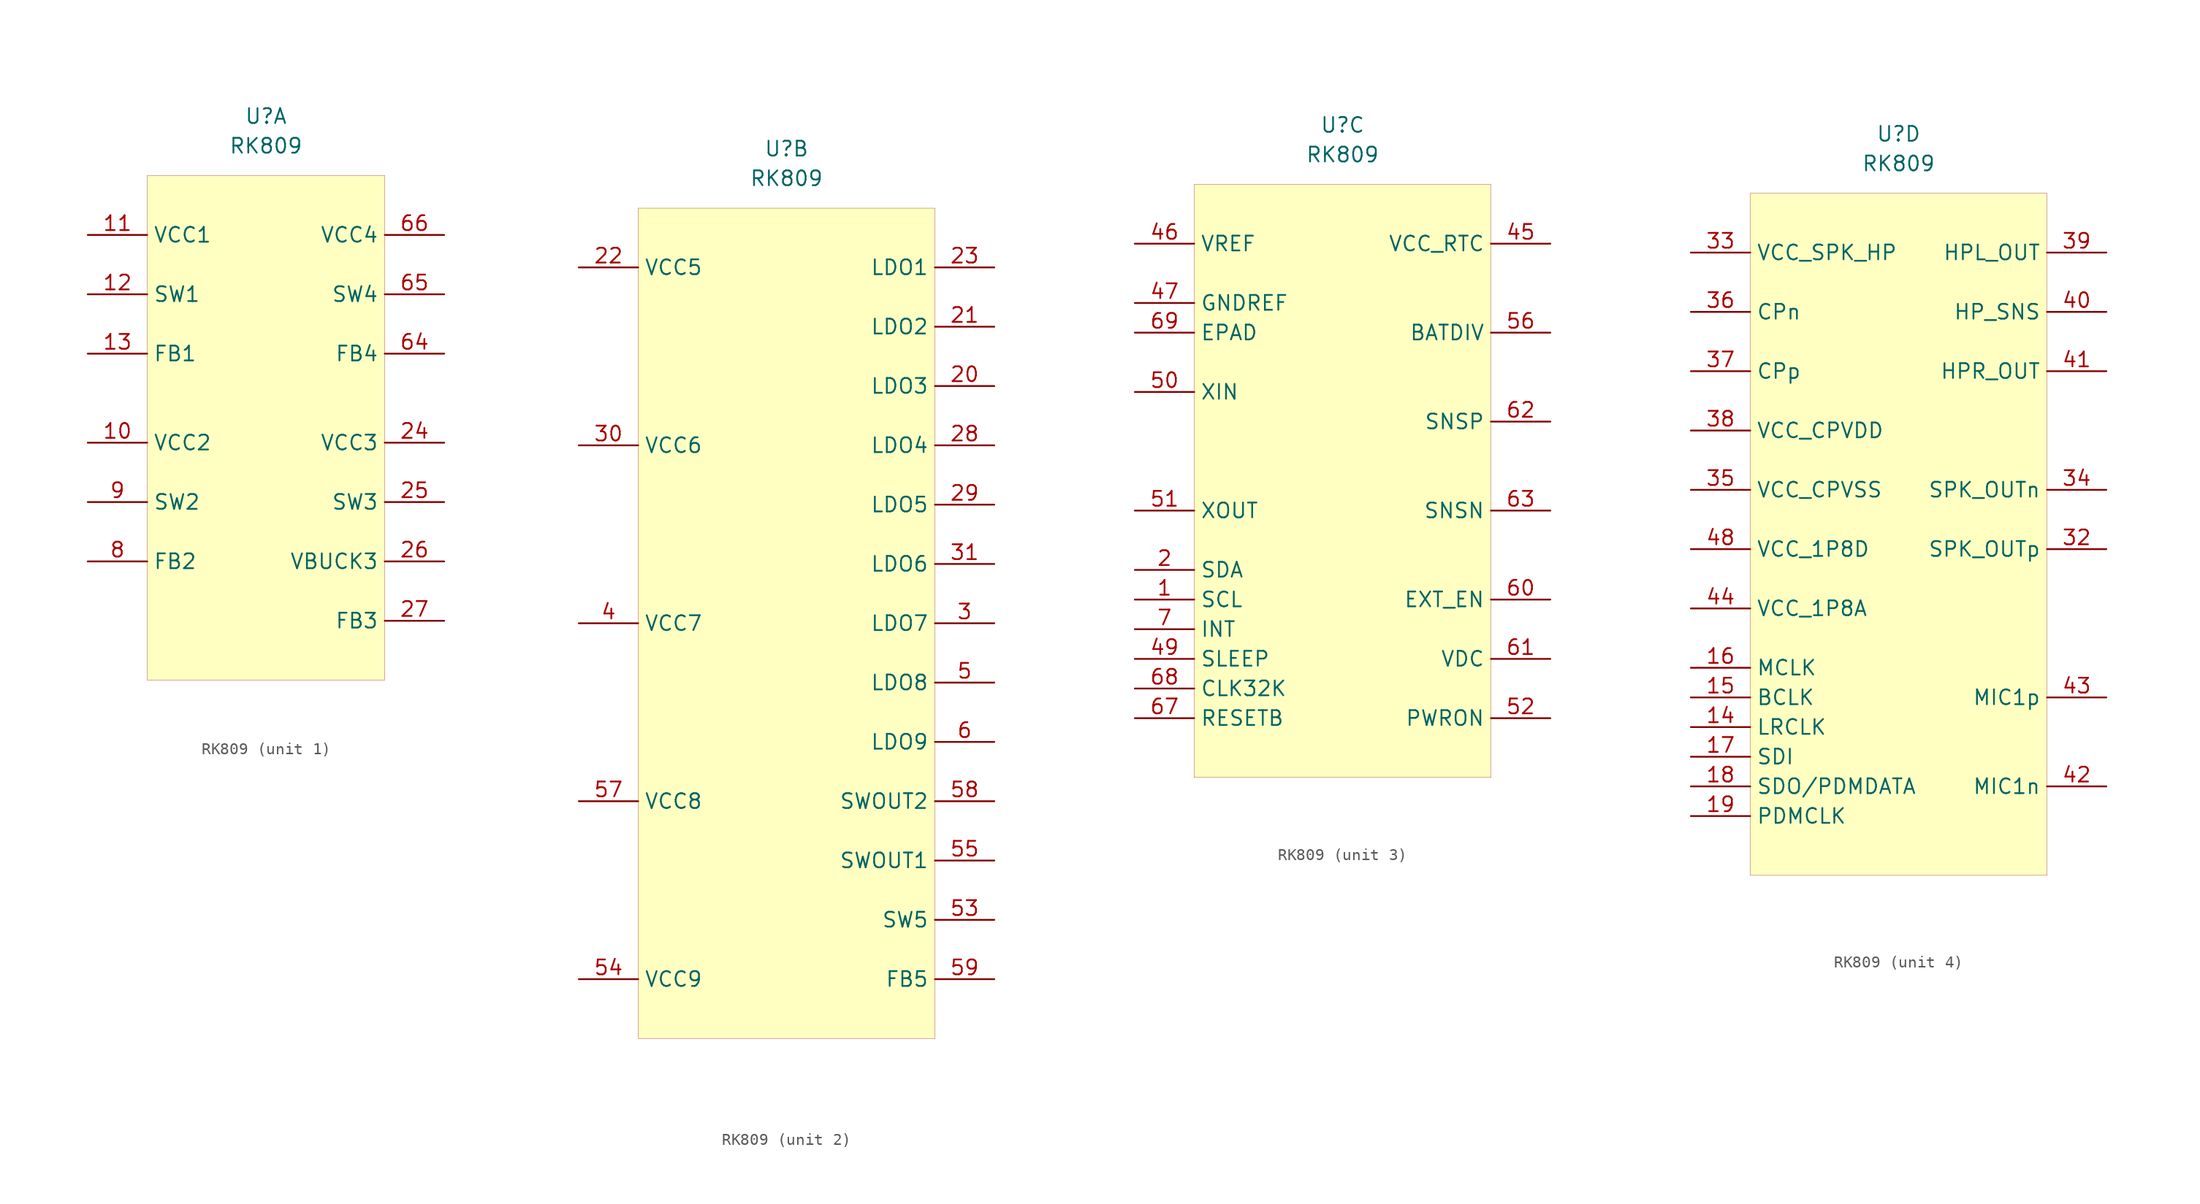
<source format=kicad_sym>
(kicad_symbol_lib
  (version 20211014)
  (generator kicad_symbol_editor)
  (symbol "RK809"
    (property "Reference" "U"
      (at 0 0 0)
      (effects (font (size 1.27 1.27))))
    (property "Value" "RK809"
      (at 0 -2.54 0)
      (effects (font (size 1.27 1.27))))
    (property "ki_locked" ""
      (at 0 0 0)
      (effects (font (size 1.27 1.27))))
    (symbol "RK809_1_1"
      (rectangle (start -10.16 -5.08) (end 10.16 -48.26) (stroke (width 0.001) (type default) (color 0 0 0 0)) (fill (type background)))
      (pin input line (at -15.24 -27.94 0) (length 5.08) (name "VCC2" (effects (font (size 1.27 1.27)))) (number "10" (effects (font (size 1.27 1.27)))))
      (pin input line (at -15.24 -10.16 0) (length 5.08) (name "VCC1" (effects (font (size 1.27 1.27)))) (number "11" (effects (font (size 1.27 1.27)))))
      (pin input line (at -15.24 -15.24 0) (length 5.08) (name "SW1" (effects (font (size 1.27 1.27)))) (number "12" (effects (font (size 1.27 1.27)))))
      (pin input line (at -15.24 -20.32 0) (length 5.08) (name "FB1" (effects (font (size 1.27 1.27)))) (number "13" (effects (font (size 1.27 1.27)))))
      (pin input line (at 15.24 -27.94 180) (length 5.08) (name "VCC3" (effects (font (size 1.27 1.27)))) (number "24" (effects (font (size 1.27 1.27)))))
      (pin input line (at 15.24 -33.02 180) (length 5.08) (name "SW3" (effects (font (size 1.27 1.27)))) (number "25" (effects (font (size 1.27 1.27)))))
      (pin input line (at 15.24 -38.1 180) (length 5.08) (name "VBUCK3" (effects (font (size 1.27 1.27)))) (number "26" (effects (font (size 1.27 1.27)))))
      (pin input line (at 15.24 -43.18 180) (length 5.08) (name "FB3" (effects (font (size 1.27 1.27)))) (number "27" (effects (font (size 1.27 1.27)))))
      (pin input line (at 15.24 -20.32 180) (length 5.08) (name "FB4" (effects (font (size 1.27 1.27)))) (number "64" (effects (font (size 1.27 1.27)))))
      (pin input line (at 15.24 -15.24 180) (length 5.08) (name "SW4" (effects (font (size 1.27 1.27)))) (number "65" (effects (font (size 1.27 1.27)))))
      (pin input line (at 15.24 -10.16 180) (length 5.08) (name "VCC4" (effects (font (size 1.27 1.27)))) (number "66" (effects (font (size 1.27 1.27)))))
      (pin input line (at -15.24 -38.1 0) (length 5.08) (name "FB2" (effects (font (size 1.27 1.27)))) (number "8" (effects (font (size 1.27 1.27)))))
      (pin input line (at -15.24 -33.02 0) (length 5.08) (name "SW2" (effects (font (size 1.27 1.27)))) (number "9" (effects (font (size 1.27 1.27))))))
    (symbol "RK809_2_0"
      (rectangle (start -12.7 -5.08) (end 12.7 -76.2) (stroke (width 0.001) (type default) (color 0 0 0 0)) (fill (type background))))
    (symbol "RK809_2_1"
      (pin input line (at 17.78 -20.32 180) (length 5.08) (name "LDO3" (effects (font (size 1.27 1.27)))) (number "20" (effects (font (size 1.27 1.27)))))
      (pin input line (at 17.78 -15.24 180) (length 5.08) (name "LDO2" (effects (font (size 1.27 1.27)))) (number "21" (effects (font (size 1.27 1.27)))))
      (pin input line (at -17.78 -10.16 0) (length 5.08) (name "VCC5" (effects (font (size 1.27 1.27)))) (number "22" (effects (font (size 1.27 1.27)))))
      (pin input line (at 17.78 -10.16 180) (length 5.08) (name "LDO1" (effects (font (size 1.27 1.27)))) (number "23" (effects (font (size 1.27 1.27)))))
      (pin input line (at 17.78 -25.4 180) (length 5.08) (name "LDO4" (effects (font (size 1.27 1.27)))) (number "28" (effects (font (size 1.27 1.27)))))
      (pin input line (at 17.78 -30.48 180) (length 5.08) (name "LDO5" (effects (font (size 1.27 1.27)))) (number "29" (effects (font (size 1.27 1.27)))))
      (pin input line (at 17.78 -40.64 180) (length 5.08) (name "LDO7" (effects (font (size 1.27 1.27)))) (number "3" (effects (font (size 1.27 1.27)))))
      (pin input line (at -17.78 -25.4 0) (length 5.08) (name "VCC6" (effects (font (size 1.27 1.27)))) (number "30" (effects (font (size 1.27 1.27)))))
      (pin input line (at 17.78 -35.56 180) (length 5.08) (name "LDO6" (effects (font (size 1.27 1.27)))) (number "31" (effects (font (size 1.27 1.27)))))
      (pin input line (at -17.78 -40.64 0) (length 5.08) (name "VCC7" (effects (font (size 1.27 1.27)))) (number "4" (effects (font (size 1.27 1.27)))))
      (pin input line (at 17.78 -45.72 180) (length 5.08) (name "LDO8" (effects (font (size 1.27 1.27)))) (number "5" (effects (font (size 1.27 1.27)))))
      (pin input line (at 17.78 -66.04 180) (length 5.08) (name "SW5" (effects (font (size 1.27 1.27)))) (number "53" (effects (font (size 1.27 1.27)))))
      (pin input line (at -17.78 -71.12 0) (length 5.08) (name "VCC9" (effects (font (size 1.27 1.27)))) (number "54" (effects (font (size 1.27 1.27)))))
      (pin input line (at 17.78 -60.96 180) (length 5.08) (name "SWOUT1" (effects (font (size 1.27 1.27)))) (number "55" (effects (font (size 1.27 1.27)))))
      (pin input line (at -17.78 -55.88 0) (length 5.08) (name "VCC8" (effects (font (size 1.27 1.27)))) (number "57" (effects (font (size 1.27 1.27)))))
      (pin input line (at 17.78 -55.88 180) (length 5.08) (name "SWOUT2" (effects (font (size 1.27 1.27)))) (number "58" (effects (font (size 1.27 1.27)))))
      (pin input line (at 17.78 -71.12 180) (length 5.08) (name "FB5" (effects (font (size 1.27 1.27)))) (number "59" (effects (font (size 1.27 1.27)))))
      (pin input line (at 17.78 -50.8 180) (length 5.08) (name "LDO9" (effects (font (size 1.27 1.27)))) (number "6" (effects (font (size 1.27 1.27))))))
    (symbol "RK809_3_0"
      (rectangle (start -12.7 -5.08) (end 12.7 -55.88) (stroke (width 0.001) (type default) (color 0 0 0 0)) (fill (type background))))
    (symbol "RK809_3_1"
      (pin input line (at -17.78 -40.64 0) (length 5.08) (name "SCL" (effects (font (size 1.27 1.27)))) (number "1" (effects (font (size 1.27 1.27)))))
      (pin input line (at -17.78 -38.1 0) (length 5.08) (name "SDA" (effects (font (size 1.27 1.27)))) (number "2" (effects (font (size 1.27 1.27)))))
      (pin input line (at 17.78 -10.16 180) (length 5.08) (name "VCC_RTC" (effects (font (size 1.27 1.27)))) (number "45" (effects (font (size 1.27 1.27)))))
      (pin input line (at -17.78 -10.16 0) (length 5.08) (name "VREF" (effects (font (size 1.27 1.27)))) (number "46" (effects (font (size 1.27 1.27)))))
      (pin input line (at -17.78 -15.24 0) (length 5.08) (name "GNDREF" (effects (font (size 1.27 1.27)))) (number "47" (effects (font (size 1.27 1.27)))))
      (pin input line (at -17.78 -45.72 0) (length 5.08) (name "SLEEP" (effects (font (size 1.27 1.27)))) (number "49" (effects (font (size 1.27 1.27)))))
      (pin input line (at -17.78 -22.86 0) (length 5.08) (name "XIN" (effects (font (size 1.27 1.27)))) (number "50" (effects (font (size 1.27 1.27)))))
      (pin input line (at -17.78 -33.02 0) (length 5.08) (name "XOUT" (effects (font (size 1.27 1.27)))) (number "51" (effects (font (size 1.27 1.27)))))
      (pin input line (at 17.78 -50.8 180) (length 5.08) (name "PWRON" (effects (font (size 1.27 1.27)))) (number "52" (effects (font (size 1.27 1.27)))))
      (pin input line (at 17.78 -17.78 180) (length 5.08) (name "BATDIV" (effects (font (size 1.27 1.27)))) (number "56" (effects (font (size 1.27 1.27)))))
      (pin input line (at 17.78 -40.64 180) (length 5.08) (name "EXT_EN" (effects (font (size 1.27 1.27)))) (number "60" (effects (font (size 1.27 1.27)))))
      (pin input line (at 17.78 -45.72 180) (length 5.08) (name "VDC" (effects (font (size 1.27 1.27)))) (number "61" (effects (font (size 1.27 1.27)))))
      (pin input line (at 17.78 -25.4 180) (length 5.08) (name "SNSP" (effects (font (size 1.27 1.27)))) (number "62" (effects (font (size 1.27 1.27)))))
      (pin input line (at 17.78 -33.02 180) (length 5.08) (name "SNSN" (effects (font (size 1.27 1.27)))) (number "63" (effects (font (size 1.27 1.27)))))
      (pin input line (at -17.78 -50.8 0) (length 5.08) (name "RESETB" (effects (font (size 1.27 1.27)))) (number "67" (effects (font (size 1.27 1.27)))))
      (pin input line (at -17.78 -48.26 0) (length 5.08) (name "CLK32K" (effects (font (size 1.27 1.27)))) (number "68" (effects (font (size 1.27 1.27)))))
      (pin input line (at -17.78 -17.78 0) (length 5.08) (name "EPAD" (effects (font (size 1.27 1.27)))) (number "69" (effects (font (size 1.27 1.27)))))
      (pin input line (at -17.78 -43.18 0) (length 5.08) (name "INT" (effects (font (size 1.27 1.27)))) (number "7" (effects (font (size 1.27 1.27))))))
    (symbol "RK809_4_0"
      (rectangle (start -12.7 -5.08) (end 12.7 -63.5) (stroke (width 0.001) (type default) (color 0 0 0 0)) (fill (type background))))
    (symbol "RK809_4_1"
      (pin input line (at -17.78 -50.8 0) (length 5.08) (name "LRCLK" (effects (font (size 1.27 1.27)))) (number "14" (effects (font (size 1.27 1.27)))))
      (pin input line (at -17.78 -48.26 0) (length 5.08) (name "BCLK" (effects (font (size 1.27 1.27)))) (number "15" (effects (font (size 1.27 1.27)))))
      (pin input line (at -17.78 -45.72 0) (length 5.08) (name "MCLK" (effects (font (size 1.27 1.27)))) (number "16" (effects (font (size 1.27 1.27)))))
      (pin input line (at -17.78 -53.34 0) (length 5.08) (name "SDI" (effects (font (size 1.27 1.27)))) (number "17" (effects (font (size 1.27 1.27)))))
      (pin input line (at -17.78 -55.88 0) (length 5.08) (name "SDO/PDMDATA" (effects (font (size 1.27 1.27)))) (number "18" (effects (font (size 1.27 1.27)))))
      (pin input line (at -17.78 -58.42 0) (length 5.08) (name "PDMCLK" (effects (font (size 1.27 1.27)))) (number "19" (effects (font (size 1.27 1.27)))))
      (pin input line (at 17.78 -35.56 180) (length 5.08) (name "SPK_OUTp" (effects (font (size 1.27 1.27)))) (number "32" (effects (font (size 1.27 1.27)))))
      (pin input line (at -17.78 -10.16 0) (length 5.08) (name "VCC_SPK_HP" (effects (font (size 1.27 1.27)))) (number "33" (effects (font (size 1.27 1.27)))))
      (pin input line (at 17.78 -30.48 180) (length 5.08) (name "SPK_OUTn" (effects (font (size 1.27 1.27)))) (number "34" (effects (font (size 1.27 1.27)))))
      (pin input line (at -17.78 -30.48 0) (length 5.08) (name "VCC_CPVSS" (effects (font (size 1.27 1.27)))) (number "35" (effects (font (size 1.27 1.27)))))
      (pin input line (at -17.78 -15.24 0) (length 5.08) (name "CPn" (effects (font (size 1.27 1.27)))) (number "36" (effects (font (size 1.27 1.27)))))
      (pin input line (at -17.78 -20.32 0) (length 5.08) (name "CPp" (effects (font (size 1.27 1.27)))) (number "37" (effects (font (size 1.27 1.27)))))
      (pin input line (at -17.78 -25.4 0) (length 5.08) (name "VCC_CPVDD" (effects (font (size 1.27 1.27)))) (number "38" (effects (font (size 1.27 1.27)))))
      (pin input line (at 17.78 -10.16 180) (length 5.08) (name "HPL_OUT" (effects (font (size 1.27 1.27)))) (number "39" (effects (font (size 1.27 1.27)))))
      (pin input line (at 17.78 -15.24 180) (length 5.08) (name "HP_SNS" (effects (font (size 1.27 1.27)))) (number "40" (effects (font (size 1.27 1.27)))))
      (pin input line (at 17.78 -20.32 180) (length 5.08) (name "HPR_OUT" (effects (font (size 1.27 1.27)))) (number "41" (effects (font (size 1.27 1.27)))))
      (pin input line (at 17.78 -55.88 180) (length 5.08) (name "MIC1n" (effects (font (size 1.27 1.27)))) (number "42" (effects (font (size 1.27 1.27)))))
      (pin input line (at 17.78 -48.26 180) (length 5.08) (name "MIC1p" (effects (font (size 1.27 1.27)))) (number "43" (effects (font (size 1.27 1.27)))))
      (pin input line (at -17.78 -40.64 0) (length 5.08) (name "VCC_1P8A" (effects (font (size 1.27 1.27)))) (number "44" (effects (font (size 1.27 1.27)))))
      (pin input line (at -17.78 -35.56 0) (length 5.08) (name "VCC_1P8D" (effects (font (size 1.27 1.27)))) (number "48" (effects (font (size 1.27 1.27))))))))
</source>
